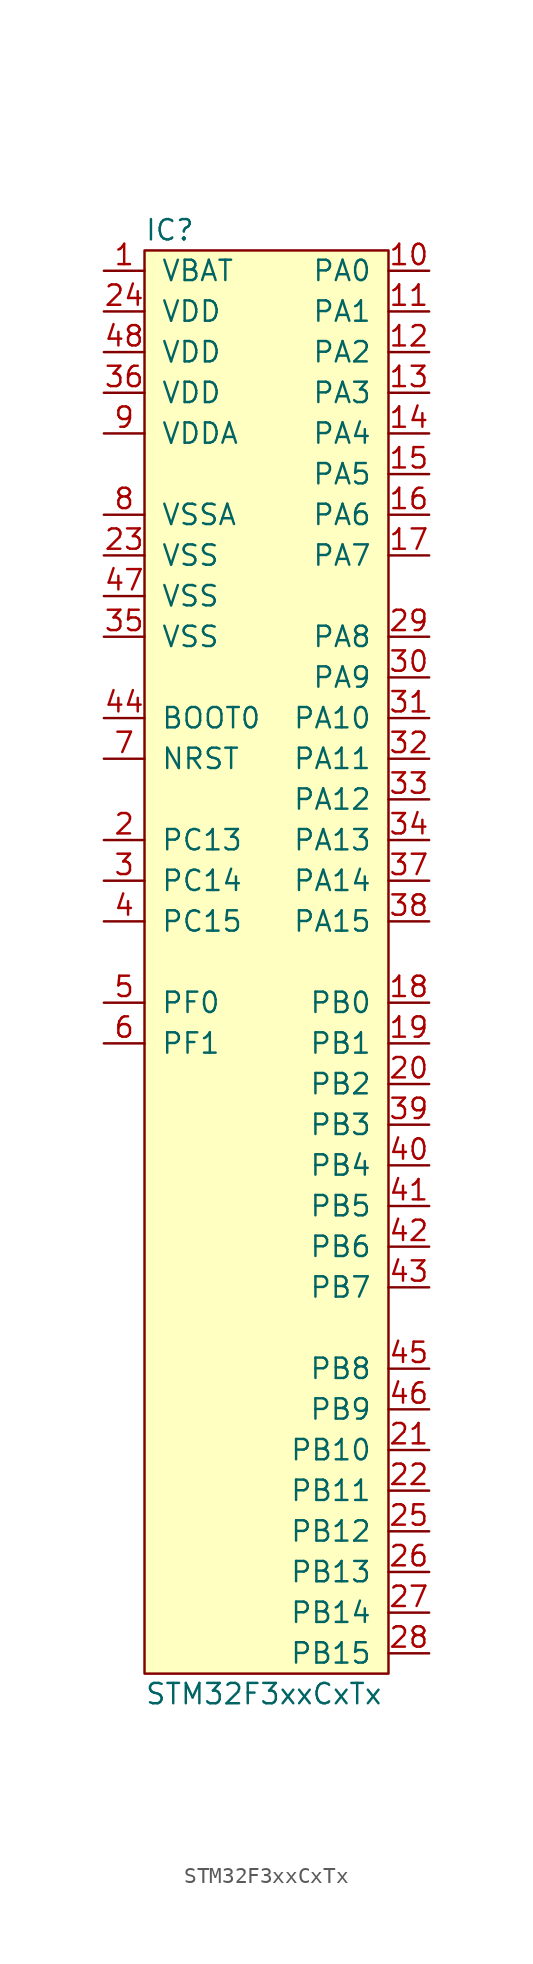
<source format=kicad_sym>
(kicad_symbol_lib
  (version 20211014)
  (generator agg_kicad.build_lib_ic)
  (symbol "STM32F3xxCxTx"
    (pin_names
      (offset 1.016))
    (property Reference IC
      (at -7.62 45.72 0)
      (effects (font (size 1.27 1.27)) (justify left)))
    (property Value "STM32F3xxCxTx"
      (at -7.62 -45.72 0)
      (effects (font (size 1.27 1.27)) (justify left)))
    (symbol "STM32F3xxCxTx_0_0"
      (rectangle (start -7.62 44.45) (end 7.62 -44.45) (stroke (width 0) (type default) (color 0 0 0 0)) (fill (type background)))
      (pin power_in line (at -10.16 43.18 0) (length 2.54) (name VBAT (effects (font (size 1.27 1.27)))) (number "1" (effects (font (size 1.27 1.27)))))
      (pin power_in line (at -10.16 40.64 0) (length 2.54) (name VDD (effects (font (size 1.27 1.27)))) (number "24" (effects (font (size 1.27 1.27)))))
      (pin power_in line (at -10.16 38.1 0) (length 2.54) (name VDD (effects (font (size 1.27 1.27)))) (number "48" (effects (font (size 1.27 1.27)))))
      (pin power_in line (at -10.16 35.56 0) (length 2.54) (name VDD (effects (font (size 1.27 1.27)))) (number "36" (effects (font (size 1.27 1.27)))))
      (pin power_in line (at -10.16 33.02 0) (length 2.54) (name VDDA (effects (font (size 1.27 1.27)))) (number "9" (effects (font (size 1.27 1.27)))))
      (pin power_in line (at -10.16 27.94 0) (length 2.54) (name VSSA (effects (font (size 1.27 1.27)))) (number "8" (effects (font (size 1.27 1.27)))))
      (pin power_in line (at -10.16 25.4 0) (length 2.54) (name VSS (effects (font (size 1.27 1.27)))) (number "23" (effects (font (size 1.27 1.27)))))
      (pin power_in line (at -10.16 22.86 0) (length 2.54) (name VSS (effects (font (size 1.27 1.27)))) (number "47" (effects (font (size 1.27 1.27)))))
      (pin power_in line (at -10.16 20.32 0) (length 2.54) (name VSS (effects (font (size 1.27 1.27)))) (number "35" (effects (font (size 1.27 1.27)))))
      (pin input line (at -10.16 15.24 0) (length 2.54) (name "BOOT0" (effects (font (size 1.27 1.27)))) (number "44" (effects (font (size 1.27 1.27)))))
      (pin input line (at -10.16 12.7 0) (length 2.54) (name NRST (effects (font (size 1.27 1.27)))) (number "7" (effects (font (size 1.27 1.27)))))
      (pin bidirectional line (at -10.16 7.62 0) (length 2.54) (name "PC13" (effects (font (size 1.27 1.27)))) (number "2" (effects (font (size 1.27 1.27)))))
      (pin bidirectional line (at -10.16 5.08 0) (length 2.54) (name "PC14" (effects (font (size 1.27 1.27)))) (number "3" (effects (font (size 1.27 1.27)))))
      (pin bidirectional line (at -10.16 2.54 0) (length 2.54) (name "PC15" (effects (font (size 1.27 1.27)))) (number "4" (effects (font (size 1.27 1.27)))))
      (pin bidirectional line (at -10.16 -2.54 0) (length 2.54) (name "PF0" (effects (font (size 1.27 1.27)))) (number "5" (effects (font (size 1.27 1.27)))))
      (pin bidirectional line (at -10.16 -5.08 0) (length 2.54) (name "PF1" (effects (font (size 1.27 1.27)))) (number "6" (effects (font (size 1.27 1.27)))))
      (pin bidirectional line (at 10.16 43.18 180) (length 2.54) (name "PA0" (effects (font (size 1.27 1.27)))) (number "10" (effects (font (size 1.27 1.27)))))
      (pin bidirectional line (at 10.16 40.64 180) (length 2.54) (name "PA1" (effects (font (size 1.27 1.27)))) (number "11" (effects (font (size 1.27 1.27)))))
      (pin bidirectional line (at 10.16 38.1 180) (length 2.54) (name "PA2" (effects (font (size 1.27 1.27)))) (number "12" (effects (font (size 1.27 1.27)))))
      (pin bidirectional line (at 10.16 35.56 180) (length 2.54) (name "PA3" (effects (font (size 1.27 1.27)))) (number "13" (effects (font (size 1.27 1.27)))))
      (pin bidirectional line (at 10.16 33.02 180) (length 2.54) (name "PA4" (effects (font (size 1.27 1.27)))) (number "14" (effects (font (size 1.27 1.27)))))
      (pin bidirectional line (at 10.16 30.48 180) (length 2.54) (name "PA5" (effects (font (size 1.27 1.27)))) (number "15" (effects (font (size 1.27 1.27)))))
      (pin bidirectional line (at 10.16 27.94 180) (length 2.54) (name "PA6" (effects (font (size 1.27 1.27)))) (number "16" (effects (font (size 1.27 1.27)))))
      (pin bidirectional line (at 10.16 25.4 180) (length 2.54) (name "PA7" (effects (font (size 1.27 1.27)))) (number "17" (effects (font (size 1.27 1.27)))))
      (pin bidirectional line (at 10.16 20.32 180) (length 2.54) (name "PA8" (effects (font (size 1.27 1.27)))) (number "29" (effects (font (size 1.27 1.27)))))
      (pin bidirectional line (at 10.16 17.78 180) (length 2.54) (name "PA9" (effects (font (size 1.27 1.27)))) (number "30" (effects (font (size 1.27 1.27)))))
      (pin bidirectional line (at 10.16 15.24 180) (length 2.54) (name "PA10" (effects (font (size 1.27 1.27)))) (number "31" (effects (font (size 1.27 1.27)))))
      (pin bidirectional line (at 10.16 12.7 180) (length 2.54) (name "PA11" (effects (font (size 1.27 1.27)))) (number "32" (effects (font (size 1.27 1.27)))))
      (pin bidirectional line (at 10.16 10.16 180) (length 2.54) (name "PA12" (effects (font (size 1.27 1.27)))) (number "33" (effects (font (size 1.27 1.27)))))
      (pin bidirectional line (at 10.16 7.62 180) (length 2.54) (name "PA13" (effects (font (size 1.27 1.27)))) (number "34" (effects (font (size 1.27 1.27)))))
      (pin bidirectional line (at 10.16 5.08 180) (length 2.54) (name "PA14" (effects (font (size 1.27 1.27)))) (number "37" (effects (font (size 1.27 1.27)))))
      (pin bidirectional line (at 10.16 2.54 180) (length 2.54) (name "PA15" (effects (font (size 1.27 1.27)))) (number "38" (effects (font (size 1.27 1.27)))))
      (pin bidirectional line (at 10.16 -2.54 180) (length 2.54) (name "PB0" (effects (font (size 1.27 1.27)))) (number "18" (effects (font (size 1.27 1.27)))))
      (pin bidirectional line (at 10.16 -5.08 180) (length 2.54) (name "PB1" (effects (font (size 1.27 1.27)))) (number "19" (effects (font (size 1.27 1.27)))))
      (pin bidirectional line (at 10.16 -7.62 180) (length 2.54) (name "PB2" (effects (font (size 1.27 1.27)))) (number "20" (effects (font (size 1.27 1.27)))))
      (pin bidirectional line (at 10.16 -10.16 180) (length 2.54) (name "PB3" (effects (font (size 1.27 1.27)))) (number "39" (effects (font (size 1.27 1.27)))))
      (pin bidirectional line (at 10.16 -12.7 180) (length 2.54) (name "PB4" (effects (font (size 1.27 1.27)))) (number "40" (effects (font (size 1.27 1.27)))))
      (pin bidirectional line (at 10.16 -15.24 180) (length 2.54) (name "PB5" (effects (font (size 1.27 1.27)))) (number "41" (effects (font (size 1.27 1.27)))))
      (pin bidirectional line (at 10.16 -17.78 180) (length 2.54) (name "PB6" (effects (font (size 1.27 1.27)))) (number "42" (effects (font (size 1.27 1.27)))))
      (pin bidirectional line (at 10.16 -20.32 180) (length 2.54) (name "PB7" (effects (font (size 1.27 1.27)))) (number "43" (effects (font (size 1.27 1.27)))))
      (pin bidirectional line (at 10.16 -25.4 180) (length 2.54) (name "PB8" (effects (font (size 1.27 1.27)))) (number "45" (effects (font (size 1.27 1.27)))))
      (pin bidirectional line (at 10.16 -27.94 180) (length 2.54) (name "PB9" (effects (font (size 1.27 1.27)))) (number "46" (effects (font (size 1.27 1.27)))))
      (pin bidirectional line (at 10.16 -30.48 180) (length 2.54) (name "PB10" (effects (font (size 1.27 1.27)))) (number "21" (effects (font (size 1.27 1.27)))))
      (pin bidirectional line (at 10.16 -33.02 180) (length 2.54) (name "PB11" (effects (font (size 1.27 1.27)))) (number "22" (effects (font (size 1.27 1.27)))))
      (pin bidirectional line (at 10.16 -35.56 180) (length 2.54) (name "PB12" (effects (font (size 1.27 1.27)))) (number "25" (effects (font (size 1.27 1.27)))))
      (pin bidirectional line (at 10.16 -38.1 180) (length 2.54) (name "PB13" (effects (font (size 1.27 1.27)))) (number "26" (effects (font (size 1.27 1.27)))))
      (pin bidirectional line (at 10.16 -40.64 180) (length 2.54) (name "PB14" (effects (font (size 1.27 1.27)))) (number "27" (effects (font (size 1.27 1.27)))))
      (pin bidirectional line (at 10.16 -43.18 180) (length 2.54) (name "PB15" (effects (font (size 1.27 1.27)))) (number "28" (effects (font (size 1.27 1.27))))))))
</source>
